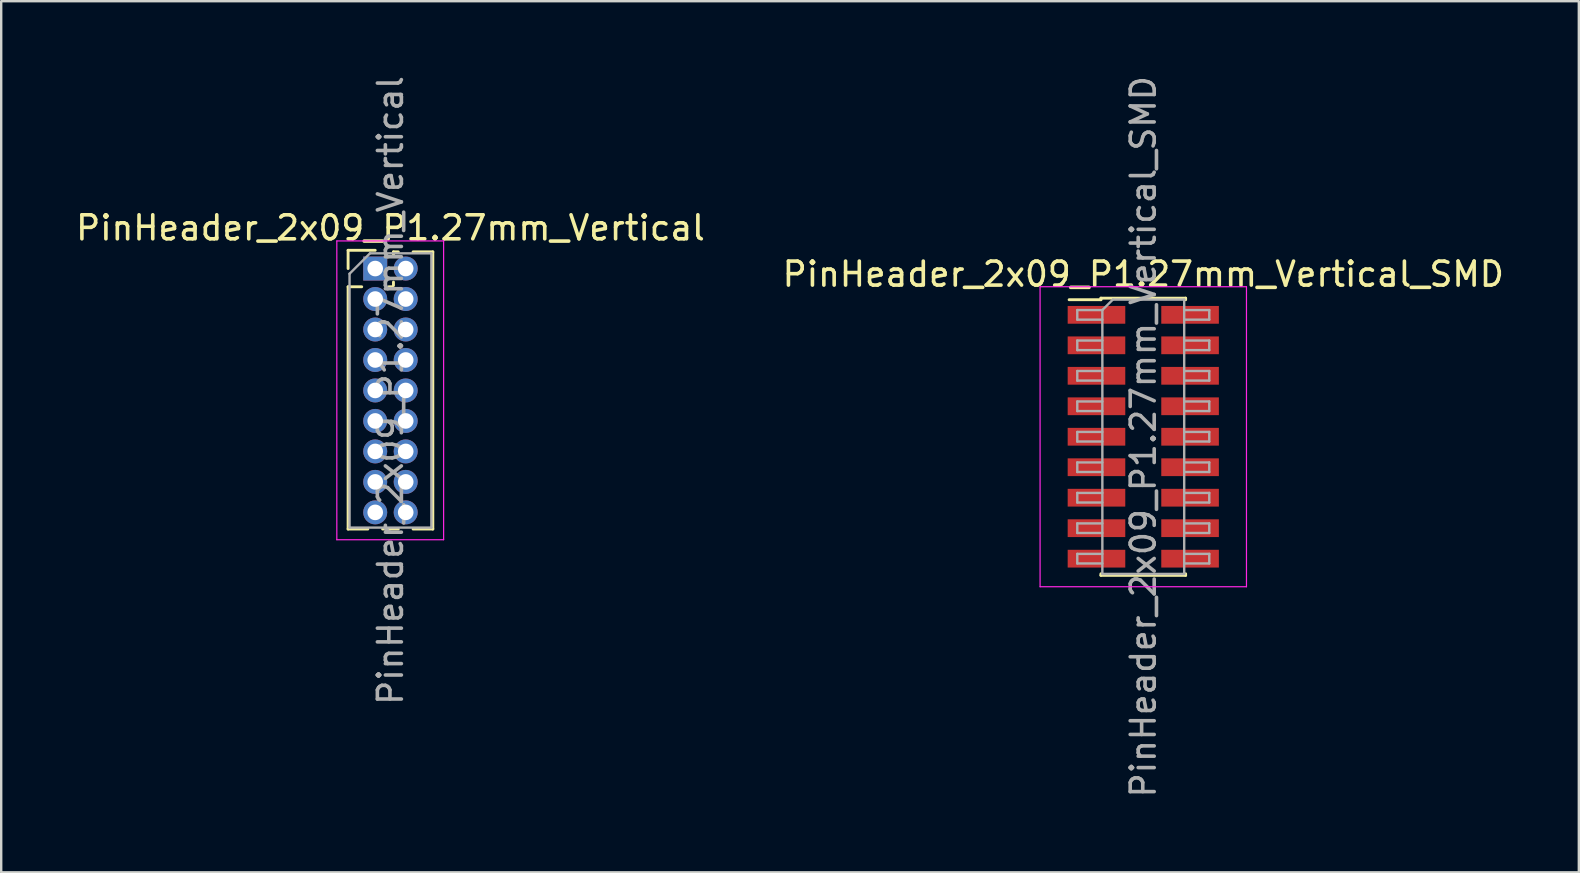
<source format=kicad_pcb>
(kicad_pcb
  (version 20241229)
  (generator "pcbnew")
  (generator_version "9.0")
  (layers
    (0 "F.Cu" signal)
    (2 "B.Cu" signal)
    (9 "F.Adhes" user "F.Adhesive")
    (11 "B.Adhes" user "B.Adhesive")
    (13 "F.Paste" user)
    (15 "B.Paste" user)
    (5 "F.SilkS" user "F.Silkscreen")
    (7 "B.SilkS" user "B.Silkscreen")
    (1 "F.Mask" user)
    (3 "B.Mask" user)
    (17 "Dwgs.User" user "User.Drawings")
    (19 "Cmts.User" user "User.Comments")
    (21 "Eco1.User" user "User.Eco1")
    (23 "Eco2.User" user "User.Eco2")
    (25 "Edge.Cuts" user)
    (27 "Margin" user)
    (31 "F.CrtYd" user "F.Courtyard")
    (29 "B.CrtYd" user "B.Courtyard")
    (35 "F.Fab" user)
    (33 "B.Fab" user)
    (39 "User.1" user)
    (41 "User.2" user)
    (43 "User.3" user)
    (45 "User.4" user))
  (footprint "PinHeader_2x09_P1.27mm_Vertical"
    (layer "F.Cu")
    (at 12.585 8.14)
    (property "Reference" "PinHeader_2x09_P1.27mm_Vertical" (at 0.635 -1.695 0) (layer "F.SilkS") (effects (font (size 1 1) (thickness 0.15))))
    (attr through_hole)
    (fp_line (start -1.13 -0.76) (end 0 -0.76) (stroke (width 0.12) (type solid)) (layer "F.SilkS"))
    (fp_line (start -1.13 0) (end -1.13 -0.76) (stroke (width 0.12) (type solid)) (layer "F.SilkS"))
    (fp_line (start -1.13 0.76) (end -1.13 10.855) (stroke (width 0.12) (type solid)) (layer "F.SilkS"))
    (fp_line (start -1.13 0.76) (end -0.563 0.76) (stroke (width 0.12) (type solid)) (layer "F.SilkS"))
    (fp_line (start -1.13 10.855) (end -0.308 10.855) (stroke (width 0.12) (type solid)) (layer "F.SilkS"))
    (fp_line (start 0.308 10.855) (end 0.962 10.855) (stroke (width 0.12) (type solid)) (layer "F.SilkS"))
    (fp_line (start 0.563 0.76) (end 0.707 0.76) (stroke (width 0.12) (type solid)) (layer "F.SilkS"))
    (fp_line (start 0.76 -0.695) (end 0.962 -0.695) (stroke (width 0.12) (type solid)) (layer "F.SilkS"))
    (fp_line (start 0.76 -0.563) (end 0.76 -0.695) (stroke (width 0.12) (type solid)) (layer "F.SilkS"))
    (fp_line (start 0.76 0.707) (end 0.76 0.563) (stroke (width 0.12) (type solid)) (layer "F.SilkS"))
    (fp_line (start 1.578 -0.695) (end 2.4 -0.695) (stroke (width 0.12) (type solid)) (layer "F.SilkS"))
    (fp_line (start 1.578 10.855) (end 2.4 10.855) (stroke (width 0.12) (type solid)) (layer "F.SilkS"))
    (fp_line (start 2.4 -0.695) (end 2.4 10.855) (stroke (width 0.12) (type solid)) (layer "F.SilkS"))
    (fp_line (start -1.6 -1.15) (end -1.6 11.3) (stroke (width 0.05) (type solid)) (layer "F.CrtYd"))
    (fp_line (start -1.6 11.3) (end 2.85 11.3) (stroke (width 0.05) (type solid)) (layer "F.CrtYd"))
    (fp_line (start 2.85 -1.15) (end -1.6 -1.15) (stroke (width 0.05) (type solid)) (layer "F.CrtYd"))
    (fp_line (start 2.85 11.3) (end 2.85 -1.15) (stroke (width 0.05) (type solid)) (layer "F.CrtYd"))
    (fp_line (start -1.07 0.217) (end -0.217 -0.635) (stroke (width 0.1) (type solid)) (layer "F.Fab"))
    (fp_line (start -1.07 10.795) (end -1.07 0.217) (stroke (width 0.1) (type solid)) (layer "F.Fab"))
    (fp_line (start -0.217 -0.635) (end 2.34 -0.635) (stroke (width 0.1) (type solid)) (layer "F.Fab"))
    (fp_line (start 2.34 -0.635) (end 2.34 10.795) (stroke (width 0.1) (type solid)) (layer "F.Fab"))
    (fp_line (start 2.34 10.795) (end -1.07 10.795) (stroke (width 0.1) (type solid)) (layer "F.Fab"))
    (fp_text user "${REFERENCE}" (at 0.635 5.08 90) (layer "F.Fab") (effects (font (size 1 1) (thickness 0.15))))
    (pad "1" thru_hole rect (at 0 0) (size 1 1) (drill 0.65) (layers "*.Cu" "*.Mask"))
    (pad "2" thru_hole oval (at 1.27 0) (size 1 1) (drill 0.65) (layers "*.Cu" "*.Mask"))
    (pad "3" thru_hole oval (at 0 1.27) (size 1 1) (drill 0.65) (layers "*.Cu" "*.Mask"))
    (pad "4" thru_hole oval (at 1.27 1.27) (size 1 1) (drill 0.65) (layers "*.Cu" "*.Mask"))
    (pad "5" thru_hole oval (at 0 2.54) (size 1 1) (drill 0.65) (layers "*.Cu" "*.Mask"))
    (pad "6" thru_hole oval (at 1.27 2.54) (size 1 1) (drill 0.65) (layers "*.Cu" "*.Mask"))
    (pad "7" thru_hole oval (at 0 3.81) (size 1 1) (drill 0.65) (layers "*.Cu" "*.Mask"))
    (pad "8" thru_hole oval (at 1.27 3.81) (size 1 1) (drill 0.65) (layers "*.Cu" "*.Mask"))
    (pad "9" thru_hole oval (at 0 5.08) (size 1 1) (drill 0.65) (layers "*.Cu" "*.Mask"))
    (pad "10" thru_hole oval (at 1.27 5.08) (size 1 1) (drill 0.65) (layers "*.Cu" "*.Mask"))
    (pad "11" thru_hole oval (at 0 6.35) (size 1 1) (drill 0.65) (layers "*.Cu" "*.Mask"))
    (pad "12" thru_hole oval (at 1.27 6.35) (size 1 1) (drill 0.65) (layers "*.Cu" "*.Mask"))
    (pad "13" thru_hole oval (at 0 7.62) (size 1 1) (drill 0.65) (layers "*.Cu" "*.Mask"))
    (pad "14" thru_hole oval (at 1.27 7.62) (size 1 1) (drill 0.65) (layers "*.Cu" "*.Mask"))
    (pad "15" thru_hole oval (at 0 8.89) (size 1 1) (drill 0.65) (layers "*.Cu" "*.Mask"))
    (pad "16" thru_hole oval (at 1.27 8.89) (size 1 1) (drill 0.65) (layers "*.Cu" "*.Mask"))
    (pad "17" thru_hole oval (at 0 10.16) (size 1 1) (drill 0.65) (layers "*.Cu" "*.Mask"))
    (pad "18" thru_hole oval (at 1.27 10.16) (size 1 1) (drill 0.65) (layers "*.Cu" "*.Mask")))
  (footprint "PinHeader_2x09_P1.27mm_Vertical_SMD"
    (layer "F.Cu")
    (at 44.589 15.149)
    (property "Reference" "PinHeader_2x09_P1.27mm_Vertical_SMD" (at 0 -6.775 0) (layer "F.SilkS") (effects (font (size 1 1) (thickness 0.15))))
    (attr smd)
    (fp_line (start -3.09 -5.71) (end -1.765 -5.71) (stroke (width 0.12) (type solid)) (layer "F.SilkS"))
    (fp_line (start -1.765 -5.775) (end -1.765 -5.71) (stroke (width 0.12) (type solid)) (layer "F.SilkS"))
    (fp_line (start -1.765 -5.775) (end 1.765 -5.775) (stroke (width 0.12) (type solid)) (layer "F.SilkS"))
    (fp_line (start -1.765 5.71) (end -1.765 5.775) (stroke (width 0.12) (type solid)) (layer "F.SilkS"))
    (fp_line (start -1.765 5.775) (end 1.765 5.775) (stroke (width 0.12) (type solid)) (layer "F.SilkS"))
    (fp_line (start 1.765 -5.775) (end 1.765 -5.71) (stroke (width 0.12) (type solid)) (layer "F.SilkS"))
    (fp_line (start 1.765 5.71) (end 1.765 5.775) (stroke (width 0.12) (type solid)) (layer "F.SilkS"))
    (fp_line (start -4.3 -6.25) (end -4.3 6.25) (stroke (width 0.05) (type solid)) (layer "F.CrtYd"))
    (fp_line (start -4.3 6.25) (end 4.3 6.25) (stroke (width 0.05) (type solid)) (layer "F.CrtYd"))
    (fp_line (start 4.3 -6.25) (end -4.3 -6.25) (stroke (width 0.05) (type solid)) (layer "F.CrtYd"))
    (fp_line (start 4.3 6.25) (end 4.3 -6.25) (stroke (width 0.05) (type solid)) (layer "F.CrtYd"))
    (fp_line (start -2.75 -5.28) (end -2.75 -4.88) (stroke (width 0.1) (type solid)) (layer "F.Fab"))
    (fp_line (start -2.75 -4.88) (end -1.705 -4.88) (stroke (width 0.1) (type solid)) (layer "F.Fab"))
    (fp_line (start -2.75 -4.01) (end -2.75 -3.61) (stroke (width 0.1) (type solid)) (layer "F.Fab"))
    (fp_line (start -2.75 -3.61) (end -1.705 -3.61) (stroke (width 0.1) (type solid)) (layer "F.Fab"))
    (fp_line (start -2.75 -2.74) (end -2.75 -2.34) (stroke (width 0.1) (type solid)) (layer "F.Fab"))
    (fp_line (start -2.75 -2.34) (end -1.705 -2.34) (stroke (width 0.1) (type solid)) (layer "F.Fab"))
    (fp_line (start -2.75 -1.47) (end -2.75 -1.07) (stroke (width 0.1) (type solid)) (layer "F.Fab"))
    (fp_line (start -2.75 -1.07) (end -1.705 -1.07) (stroke (width 0.1) (type solid)) (layer "F.Fab"))
    (fp_line (start -2.75 -0.2) (end -2.75 0.2) (stroke (width 0.1) (type solid)) (layer "F.Fab"))
    (fp_line (start -2.75 0.2) (end -1.705 0.2) (stroke (width 0.1) (type solid)) (layer "F.Fab"))
    (fp_line (start -2.75 1.07) (end -2.75 1.47) (stroke (width 0.1) (type solid)) (layer "F.Fab"))
    (fp_line (start -2.75 1.47) (end -1.705 1.47) (stroke (width 0.1) (type solid)) (layer "F.Fab"))
    (fp_line (start -2.75 2.34) (end -2.75 2.74) (stroke (width 0.1) (type solid)) (layer "F.Fab"))
    (fp_line (start -2.75 2.74) (end -1.705 2.74) (stroke (width 0.1) (type solid)) (layer "F.Fab"))
    (fp_line (start -2.75 3.61) (end -2.75 4.01) (stroke (width 0.1) (type solid)) (layer "F.Fab"))
    (fp_line (start -2.75 4.01) (end -1.705 4.01) (stroke (width 0.1) (type solid)) (layer "F.Fab"))
    (fp_line (start -2.75 4.88) (end -2.75 5.28) (stroke (width 0.1) (type solid)) (layer "F.Fab"))
    (fp_line (start -2.75 5.28) (end -1.705 5.28) (stroke (width 0.1) (type solid)) (layer "F.Fab"))
    (fp_line (start -1.705 -5.28) (end -2.75 -5.28) (stroke (width 0.1) (type solid)) (layer "F.Fab"))
    (fp_line (start -1.705 -5.28) (end -1.27 -5.715) (stroke (width 0.1) (type solid)) (layer "F.Fab"))
    (fp_line (start -1.705 -4.01) (end -2.75 -4.01) (stroke (width 0.1) (type solid)) (layer "F.Fab"))
    (fp_line (start -1.705 -2.74) (end -2.75 -2.74) (stroke (width 0.1) (type solid)) (layer "F.Fab"))
    (fp_line (start -1.705 -1.47) (end -2.75 -1.47) (stroke (width 0.1) (type solid)) (layer "F.Fab"))
    (fp_line (start -1.705 -0.2) (end -2.75 -0.2) (stroke (width 0.1) (type solid)) (layer "F.Fab"))
    (fp_line (start -1.705 1.07) (end -2.75 1.07) (stroke (width 0.1) (type solid)) (layer "F.Fab"))
    (fp_line (start -1.705 2.34) (end -2.75 2.34) (stroke (width 0.1) (type solid)) (layer "F.Fab"))
    (fp_line (start -1.705 3.61) (end -2.75 3.61) (stroke (width 0.1) (type solid)) (layer "F.Fab"))
    (fp_line (start -1.705 4.88) (end -2.75 4.88) (stroke (width 0.1) (type solid)) (layer "F.Fab"))
    (fp_line (start -1.705 5.715) (end -1.705 -5.28) (stroke (width 0.1) (type solid)) (layer "F.Fab"))
    (fp_line (start -1.27 -5.715) (end 1.705 -5.715) (stroke (width 0.1) (type solid)) (layer "F.Fab"))
    (fp_line (start 1.705 -5.715) (end 1.705 5.715) (stroke (width 0.1) (type solid)) (layer "F.Fab"))
    (fp_line (start 1.705 -5.28) (end 2.75 -5.28) (stroke (width 0.1) (type solid)) (layer "F.Fab"))
    (fp_line (start 1.705 -4.01) (end 2.75 -4.01) (stroke (width 0.1) (type solid)) (layer "F.Fab"))
    (fp_line (start 1.705 -2.74) (end 2.75 -2.74) (stroke (width 0.1) (type solid)) (layer "F.Fab"))
    (fp_line (start 1.705 -1.47) (end 2.75 -1.47) (stroke (width 0.1) (type solid)) (layer "F.Fab"))
    (fp_line (start 1.705 -0.2) (end 2.75 -0.2) (stroke (width 0.1) (type solid)) (layer "F.Fab"))
    (fp_line (start 1.705 1.07) (end 2.75 1.07) (stroke (width 0.1) (type solid)) (layer "F.Fab"))
    (fp_line (start 1.705 2.34) (end 2.75 2.34) (stroke (width 0.1) (type solid)) (layer "F.Fab"))
    (fp_line (start 1.705 3.61) (end 2.75 3.61) (stroke (width 0.1) (type solid)) (layer "F.Fab"))
    (fp_line (start 1.705 4.88) (end 2.75 4.88) (stroke (width 0.1) (type solid)) (layer "F.Fab"))
    (fp_line (start 1.705 5.715) (end -1.705 5.715) (stroke (width 0.1) (type solid)) (layer "F.Fab"))
    (fp_line (start 2.75 -5.28) (end 2.75 -4.88) (stroke (width 0.1) (type solid)) (layer "F.Fab"))
    (fp_line (start 2.75 -4.88) (end 1.705 -4.88) (stroke (width 0.1) (type solid)) (layer "F.Fab"))
    (fp_line (start 2.75 -4.01) (end 2.75 -3.61) (stroke (width 0.1) (type solid)) (layer "F.Fab"))
    (fp_line (start 2.75 -3.61) (end 1.705 -3.61) (stroke (width 0.1) (type solid)) (layer "F.Fab"))
    (fp_line (start 2.75 -2.74) (end 2.75 -2.34) (stroke (width 0.1) (type solid)) (layer "F.Fab"))
    (fp_line (start 2.75 -2.34) (end 1.705 -2.34) (stroke (width 0.1) (type solid)) (layer "F.Fab"))
    (fp_line (start 2.75 -1.47) (end 2.75 -1.07) (stroke (width 0.1) (type solid)) (layer "F.Fab"))
    (fp_line (start 2.75 -1.07) (end 1.705 -1.07) (stroke (width 0.1) (type solid)) (layer "F.Fab"))
    (fp_line (start 2.75 -0.2) (end 2.75 0.2) (stroke (width 0.1) (type solid)) (layer "F.Fab"))
    (fp_line (start 2.75 0.2) (end 1.705 0.2) (stroke (width 0.1) (type solid)) (layer "F.Fab"))
    (fp_line (start 2.75 1.07) (end 2.75 1.47) (stroke (width 0.1) (type solid)) (layer "F.Fab"))
    (fp_line (start 2.75 1.47) (end 1.705 1.47) (stroke (width 0.1) (type solid)) (layer "F.Fab"))
    (fp_line (start 2.75 2.34) (end 2.75 2.74) (stroke (width 0.1) (type solid)) (layer "F.Fab"))
    (fp_line (start 2.75 2.74) (end 1.705 2.74) (stroke (width 0.1) (type solid)) (layer "F.Fab"))
    (fp_line (start 2.75 3.61) (end 2.75 4.01) (stroke (width 0.1) (type solid)) (layer "F.Fab"))
    (fp_line (start 2.75 4.01) (end 1.705 4.01) (stroke (width 0.1) (type solid)) (layer "F.Fab"))
    (fp_line (start 2.75 4.88) (end 2.75 5.28) (stroke (width 0.1) (type solid)) (layer "F.Fab"))
    (fp_line (start 2.75 5.28) (end 1.705 5.28) (stroke (width 0.1) (type solid)) (layer "F.Fab"))
    (fp_text user "${REFERENCE}" (at 0 0 90) (layer "F.Fab") (effects (font (size 1 1) (thickness 0.15))))
    (pad "1" smd rect (at -1.95 -5.08) (size 2.4 0.74) (layers "F.Cu" "F.Mask" "F.Paste"))
    (pad "2" smd rect (at 1.95 -5.08) (size 2.4 0.74) (layers "F.Cu" "F.Mask" "F.Paste"))
    (pad "3" smd rect (at -1.95 -3.81) (size 2.4 0.74) (layers "F.Cu" "F.Mask" "F.Paste"))
    (pad "4" smd rect (at 1.95 -3.81) (size 2.4 0.74) (layers "F.Cu" "F.Mask" "F.Paste"))
    (pad "5" smd rect (at -1.95 -2.54) (size 2.4 0.74) (layers "F.Cu" "F.Mask" "F.Paste"))
    (pad "6" smd rect (at 1.95 -2.54) (size 2.4 0.74) (layers "F.Cu" "F.Mask" "F.Paste"))
    (pad "7" smd rect (at -1.95 -1.27) (size 2.4 0.74) (layers "F.Cu" "F.Mask" "F.Paste"))
    (pad "8" smd rect (at 1.95 -1.27) (size 2.4 0.74) (layers "F.Cu" "F.Mask" "F.Paste"))
    (pad "9" smd rect (at -1.95 0) (size 2.4 0.74) (layers "F.Cu" "F.Mask" "F.Paste"))
    (pad "10" smd rect (at 1.95 0) (size 2.4 0.74) (layers "F.Cu" "F.Mask" "F.Paste"))
    (pad "11" smd rect (at -1.95 1.27) (size 2.4 0.74) (layers "F.Cu" "F.Mask" "F.Paste"))
    (pad "12" smd rect (at 1.95 1.27) (size 2.4 0.74) (layers "F.Cu" "F.Mask" "F.Paste"))
    (pad "13" smd rect (at -1.95 2.54) (size 2.4 0.74) (layers "F.Cu" "F.Mask" "F.Paste"))
    (pad "14" smd rect (at 1.95 2.54) (size 2.4 0.74) (layers "F.Cu" "F.Mask" "F.Paste"))
    (pad "15" smd rect (at -1.95 3.81) (size 2.4 0.74) (layers "F.Cu" "F.Mask" "F.Paste"))
    (pad "16" smd rect (at 1.95 3.81) (size 2.4 0.74) (layers "F.Cu" "F.Mask" "F.Paste"))
    (pad "17" smd rect (at -1.95 5.08) (size 2.4 0.74) (layers "F.Cu" "F.Mask" "F.Paste"))
    (pad "18" smd rect (at 1.95 5.08) (size 2.4 0.74) (layers "F.Cu" "F.Mask" "F.Paste")))
  (gr_rect
    (start -3 -3)
    (end 62.738 33.298)
    (stroke (width 0.1) (type default))
    (fill no)
    (layer "Edge.Cuts")))
</source>
